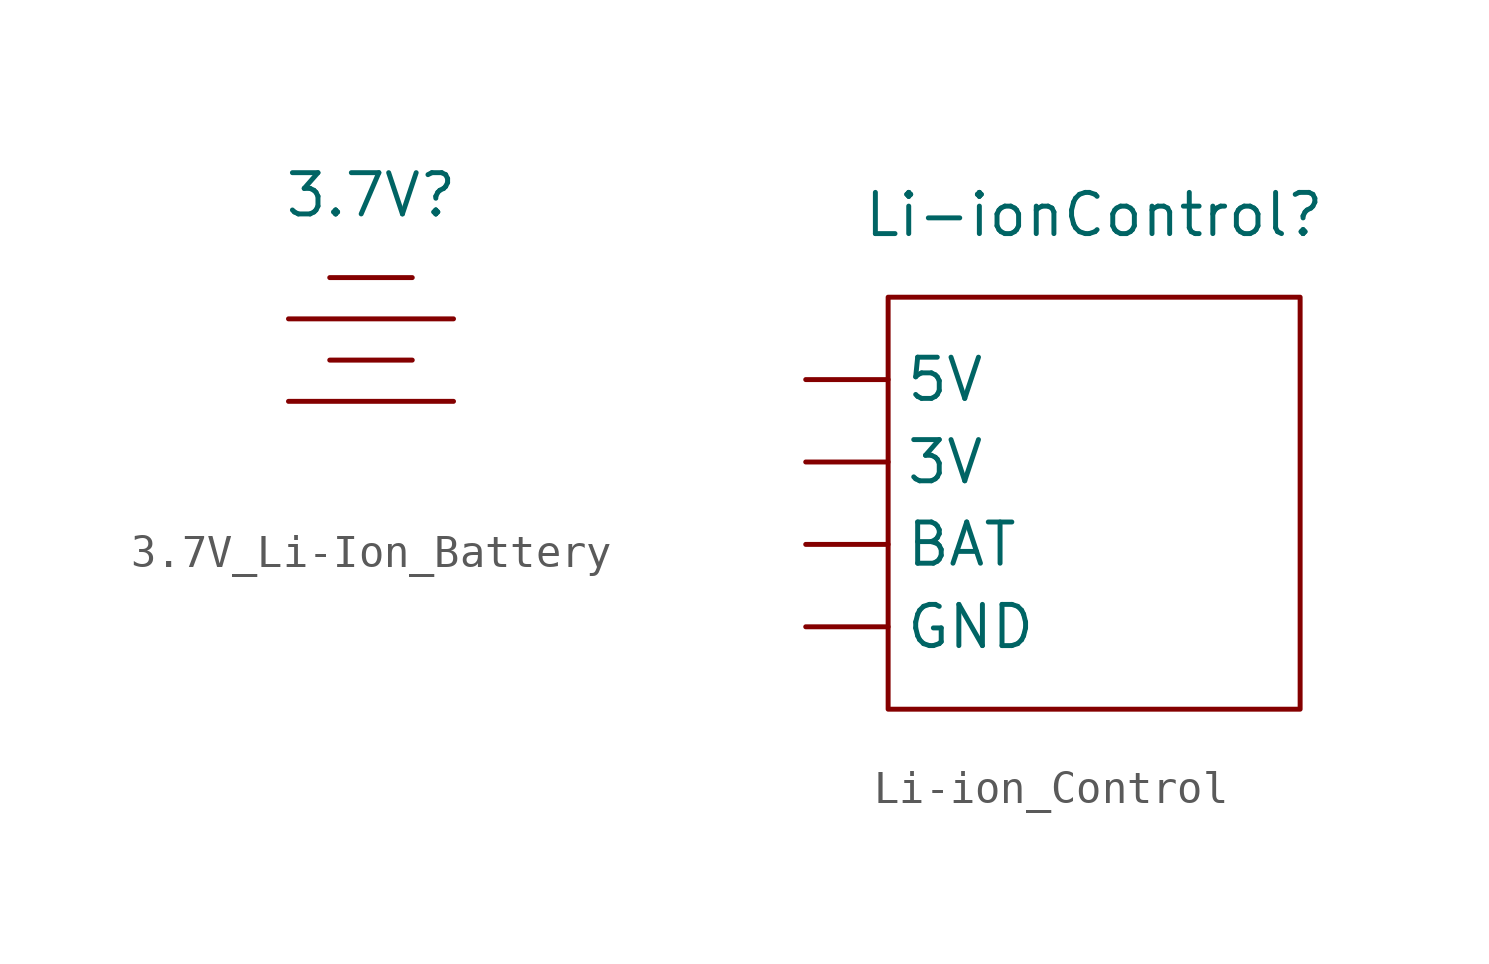
<source format=kicad_sym>
(kicad_symbol_lib
  (version 20220914)
  (generator kicad_symbol_editor)
  (symbol "3.7V_Li-Ion_Battery"
    (property "Reference" "3.7V"
      (at 0 5.08 0)
      (effects (font (size 1.27 1.27))))
    (property "Value" ""
      (at 0 -3.81 0)
      (effects (font (size 1.27 1.27))))
    (symbol "3.7V_Li-Ion_Battery_0_1"
      (polyline (pts (xy -2.54 -1.27) (xy 2.54 -1.27)) (stroke (width 0) (type default)) (fill (type none)))
      (polyline (pts (xy -2.54 1.27) (xy 2.54 1.27)) (stroke (width 0) (type default)) (fill (type none)))
      (polyline (pts (xy -1.27 0) (xy 1.27 0)) (stroke (width 0) (type default)) (fill (type none)))
      (polyline (pts (xy -1.27 2.54) (xy 1.27 2.54)) (stroke (width 0) (type default)) (fill (type none)))))
  (symbol "Li-ion_Control"
    (property "Reference" "Li-ionControl"
      (at 0 7.62 0)
      (effects (font (size 1.27 1.27))))
    (property "Value" ""
      (at 0 0 0)
      (effects (font (size 1.27 1.27))))
    (symbol "Li-ion_Control_0_1"
      (rectangle (start -6.35 5.08) (end 6.35 -7.62) (stroke (width 0) (type default)) (fill (type none))))
    (symbol "Li-ion_Control_1_1"
      (pin passive line (at -8.89 0 0) (length 2.54) (name "3V" (effects (font (size 1.27 1.27)))) (number "" (effects (font (size 1.27 1.27)))))
      (pin passive line (at -8.89 2.54 0) (length 2.54) (name "5V" (effects (font (size 1.27 1.27)))) (number "" (effects (font (size 1.27 1.27)))))
      (pin passive line (at -8.89 -2.54 0) (length 2.54) (name "BAT" (effects (font (size 1.27 1.27)))) (number "" (effects (font (size 1.27 1.27)))))
      (pin passive line (at -8.89 -5.08 0) (length 2.54) (name "GND" (effects (font (size 1.27 1.27)))) (number "" (effects (font (size 1.27 1.27))))))))
</source>
